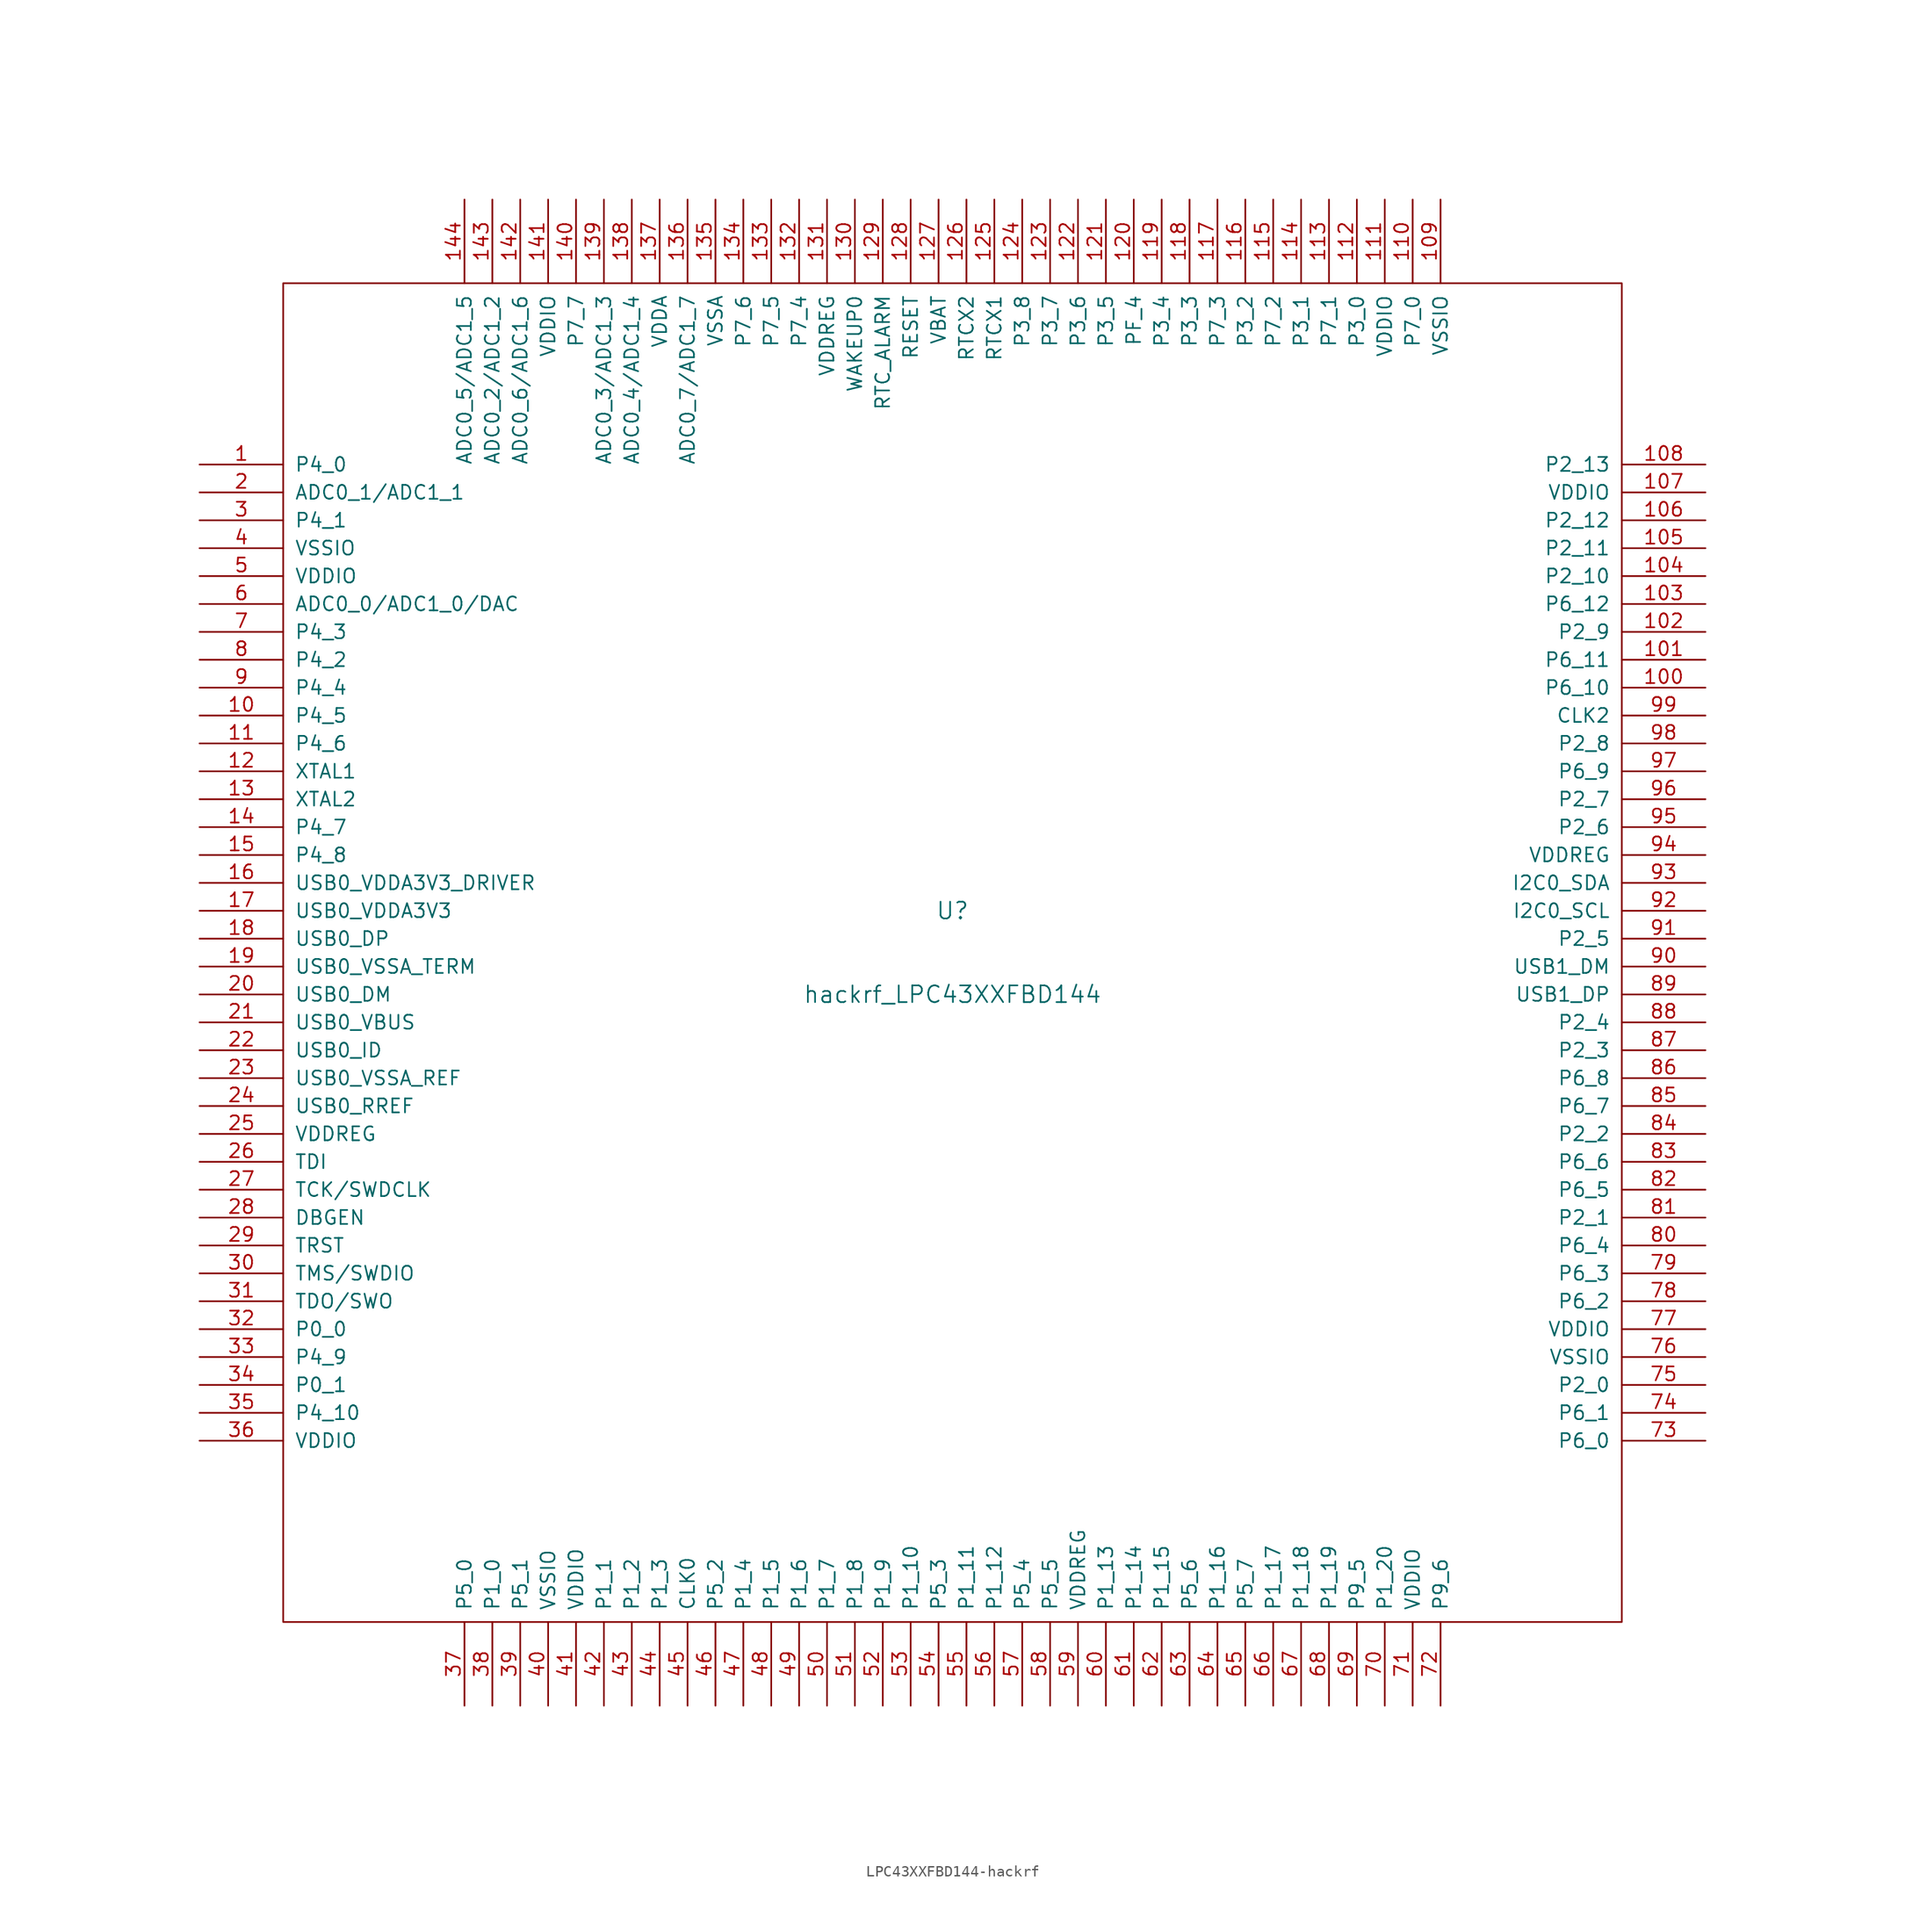
<source format=kicad_sym>
(kicad_symbol_lib
  (version 20231120)
  (generator "kicad_symbol_editor")
  (generator_version "8.0")
  (symbol "LPC43XXFBD144-hackrf"
    (pin_names
      (offset 1.016))
    (property "Reference" "U"
      (at 0 3.81 0)
      (effects (font (size 1.524 1.524))))
    (property "Value" "hackrf_LPC43XXFBD144"
      (at 0 -3.81 0)
      (effects (font (size 1.524 1.524))))
    (property "Footprint" ""
      (at 0 0 0)
      (effects (font (size 1.524 1.524))))
    (property "Datasheet" ""
      (at 0 0 0)
      (effects (font (size 1.524 1.524))))
    (symbol "LPC43XXFBD144-hackrf_0_1"
      (rectangle (start -60.96 60.96) (end 60.96 -60.96) (stroke (width 0) (type solid)) (fill (type none))))
    (symbol "LPC43XXFBD144-hackrf_1_1"
      (pin bidirectional line (at -68.58 44.45 0) (length 7.62) (name "P4_0" (effects (font (size 1.27 1.27)))) (number "1" (effects (font (size 1.27 1.27)))))
      (pin bidirectional line (at -68.58 21.59 0) (length 7.62) (name "P4_5" (effects (font (size 1.27 1.27)))) (number "10" (effects (font (size 1.27 1.27)))))
      (pin bidirectional line (at 68.58 24.13 180) (length 7.62) (name "P6_10" (effects (font (size 1.27 1.27)))) (number "100" (effects (font (size 1.27 1.27)))))
      (pin bidirectional line (at 68.58 26.67 180) (length 7.62) (name "P6_11" (effects (font (size 1.27 1.27)))) (number "101" (effects (font (size 1.27 1.27)))))
      (pin bidirectional line (at 68.58 29.21 180) (length 7.62) (name "P2_9" (effects (font (size 1.27 1.27)))) (number "102" (effects (font (size 1.27 1.27)))))
      (pin bidirectional line (at 68.58 31.75 180) (length 7.62) (name "P6_12" (effects (font (size 1.27 1.27)))) (number "103" (effects (font (size 1.27 1.27)))))
      (pin bidirectional line (at 68.58 34.29 180) (length 7.62) (name "P2_10" (effects (font (size 1.27 1.27)))) (number "104" (effects (font (size 1.27 1.27)))))
      (pin bidirectional line (at 68.58 36.83 180) (length 7.62) (name "P2_11" (effects (font (size 1.27 1.27)))) (number "105" (effects (font (size 1.27 1.27)))))
      (pin bidirectional line (at 68.58 39.37 180) (length 7.62) (name "P2_12" (effects (font (size 1.27 1.27)))) (number "106" (effects (font (size 1.27 1.27)))))
      (pin power_in line (at 68.58 41.91 180) (length 7.62) (name "VDDIO" (effects (font (size 1.27 1.27)))) (number "107" (effects (font (size 1.27 1.27)))))
      (pin bidirectional line (at 68.58 44.45 180) (length 7.62) (name "P2_13" (effects (font (size 1.27 1.27)))) (number "108" (effects (font (size 1.27 1.27)))))
      (pin power_in line (at 44.45 68.58 270) (length 7.62) (name "VSSIO" (effects (font (size 1.27 1.27)))) (number "109" (effects (font (size 1.27 1.27)))))
      (pin bidirectional line (at -68.58 19.05 0) (length 7.62) (name "P4_6" (effects (font (size 1.27 1.27)))) (number "11" (effects (font (size 1.27 1.27)))))
      (pin bidirectional line (at 41.91 68.58 270) (length 7.62) (name "P7_0" (effects (font (size 1.27 1.27)))) (number "110" (effects (font (size 1.27 1.27)))))
      (pin power_in line (at 39.37 68.58 270) (length 7.62) (name "VDDIO" (effects (font (size 1.27 1.27)))) (number "111" (effects (font (size 1.27 1.27)))))
      (pin bidirectional line (at 36.83 68.58 270) (length 7.62) (name "P3_0" (effects (font (size 1.27 1.27)))) (number "112" (effects (font (size 1.27 1.27)))))
      (pin bidirectional line (at 34.29 68.58 270) (length 7.62) (name "P7_1" (effects (font (size 1.27 1.27)))) (number "113" (effects (font (size 1.27 1.27)))))
      (pin bidirectional line (at 31.75 68.58 270) (length 7.62) (name "P3_1" (effects (font (size 1.27 1.27)))) (number "114" (effects (font (size 1.27 1.27)))))
      (pin bidirectional line (at 29.21 68.58 270) (length 7.62) (name "P7_2" (effects (font (size 1.27 1.27)))) (number "115" (effects (font (size 1.27 1.27)))))
      (pin bidirectional line (at 26.67 68.58 270) (length 7.62) (name "P3_2" (effects (font (size 1.27 1.27)))) (number "116" (effects (font (size 1.27 1.27)))))
      (pin bidirectional line (at 24.13 68.58 270) (length 7.62) (name "P7_3" (effects (font (size 1.27 1.27)))) (number "117" (effects (font (size 1.27 1.27)))))
      (pin bidirectional line (at 21.59 68.58 270) (length 7.62) (name "P3_3" (effects (font (size 1.27 1.27)))) (number "118" (effects (font (size 1.27 1.27)))))
      (pin bidirectional line (at 19.05 68.58 270) (length 7.62) (name "P3_4" (effects (font (size 1.27 1.27)))) (number "119" (effects (font (size 1.27 1.27)))))
      (pin input line (at -68.58 16.51 0) (length 7.62) (name "XTAL1" (effects (font (size 1.27 1.27)))) (number "12" (effects (font (size 1.27 1.27)))))
      (pin bidirectional line (at 16.51 68.58 270) (length 7.62) (name "PF_4" (effects (font (size 1.27 1.27)))) (number "120" (effects (font (size 1.27 1.27)))))
      (pin bidirectional line (at 13.97 68.58 270) (length 7.62) (name "P3_5" (effects (font (size 1.27 1.27)))) (number "121" (effects (font (size 1.27 1.27)))))
      (pin bidirectional line (at 11.43 68.58 270) (length 7.62) (name "P3_6" (effects (font (size 1.27 1.27)))) (number "122" (effects (font (size 1.27 1.27)))))
      (pin bidirectional line (at 8.89 68.58 270) (length 7.62) (name "P3_7" (effects (font (size 1.27 1.27)))) (number "123" (effects (font (size 1.27 1.27)))))
      (pin bidirectional line (at 6.35 68.58 270) (length 7.62) (name "P3_8" (effects (font (size 1.27 1.27)))) (number "124" (effects (font (size 1.27 1.27)))))
      (pin input line (at 3.81 68.58 270) (length 7.62) (name "RTCX1" (effects (font (size 1.27 1.27)))) (number "125" (effects (font (size 1.27 1.27)))))
      (pin output line (at 1.27 68.58 270) (length 7.62) (name "RTCX2" (effects (font (size 1.27 1.27)))) (number "126" (effects (font (size 1.27 1.27)))))
      (pin power_in line (at -1.27 68.58 270) (length 7.62) (name "VBAT" (effects (font (size 1.27 1.27)))) (number "127" (effects (font (size 1.27 1.27)))))
      (pin input line (at -3.81 68.58 270) (length 7.62) (name "RESET" (effects (font (size 1.27 1.27)))) (number "128" (effects (font (size 1.27 1.27)))))
      (pin output line (at -6.35 68.58 270) (length 7.62) (name "RTC_ALARM" (effects (font (size 1.27 1.27)))) (number "129" (effects (font (size 1.27 1.27)))))
      (pin output line (at -68.58 13.97 0) (length 7.62) (name "XTAL2" (effects (font (size 1.27 1.27)))) (number "13" (effects (font (size 1.27 1.27)))))
      (pin input line (at -8.89 68.58 270) (length 7.62) (name "WAKEUP0" (effects (font (size 1.27 1.27)))) (number "130" (effects (font (size 1.27 1.27)))))
      (pin power_in line (at -11.43 68.58 270) (length 7.62) (name "VDDREG" (effects (font (size 1.27 1.27)))) (number "131" (effects (font (size 1.27 1.27)))))
      (pin bidirectional line (at -13.97 68.58 270) (length 7.62) (name "P7_4" (effects (font (size 1.27 1.27)))) (number "132" (effects (font (size 1.27 1.27)))))
      (pin bidirectional line (at -16.51 68.58 270) (length 7.62) (name "P7_5" (effects (font (size 1.27 1.27)))) (number "133" (effects (font (size 1.27 1.27)))))
      (pin bidirectional line (at -19.05 68.58 270) (length 7.62) (name "P7_6" (effects (font (size 1.27 1.27)))) (number "134" (effects (font (size 1.27 1.27)))))
      (pin power_in line (at -21.59 68.58 270) (length 7.62) (name "VSSA" (effects (font (size 1.27 1.27)))) (number "135" (effects (font (size 1.27 1.27)))))
      (pin input line (at -24.13 68.58 270) (length 7.62) (name "ADC0_7/ADC1_7" (effects (font (size 1.27 1.27)))) (number "136" (effects (font (size 1.27 1.27)))))
      (pin power_in line (at -26.67 68.58 270) (length 7.62) (name "VDDA" (effects (font (size 1.27 1.27)))) (number "137" (effects (font (size 1.27 1.27)))))
      (pin input line (at -29.21 68.58 270) (length 7.62) (name "ADC0_4/ADC1_4" (effects (font (size 1.27 1.27)))) (number "138" (effects (font (size 1.27 1.27)))))
      (pin input line (at -31.75 68.58 270) (length 7.62) (name "ADC0_3/ADC1_3" (effects (font (size 1.27 1.27)))) (number "139" (effects (font (size 1.27 1.27)))))
      (pin bidirectional line (at -68.58 11.43 0) (length 7.62) (name "P4_7" (effects (font (size 1.27 1.27)))) (number "14" (effects (font (size 1.27 1.27)))))
      (pin bidirectional line (at -34.29 68.58 270) (length 7.62) (name "P7_7" (effects (font (size 1.27 1.27)))) (number "140" (effects (font (size 1.27 1.27)))))
      (pin power_in line (at -36.83 68.58 270) (length 7.62) (name "VDDIO" (effects (font (size 1.27 1.27)))) (number "141" (effects (font (size 1.27 1.27)))))
      (pin input line (at -39.37 68.58 270) (length 7.62) (name "ADC0_6/ADC1_6" (effects (font (size 1.27 1.27)))) (number "142" (effects (font (size 1.27 1.27)))))
      (pin input line (at -41.91 68.58 270) (length 7.62) (name "ADC0_2/ADC1_2" (effects (font (size 1.27 1.27)))) (number "143" (effects (font (size 1.27 1.27)))))
      (pin input line (at -44.45 68.58 270) (length 7.62) (name "ADC0_5/ADC1_5" (effects (font (size 1.27 1.27)))) (number "144" (effects (font (size 1.27 1.27)))))
      (pin bidirectional line (at -68.58 8.89 0) (length 7.62) (name "P4_8" (effects (font (size 1.27 1.27)))) (number "15" (effects (font (size 1.27 1.27)))))
      (pin power_in line (at -68.58 6.35 0) (length 7.62) (name "USB0_VDDA3V3_DRIVER" (effects (font (size 1.27 1.27)))) (number "16" (effects (font (size 1.27 1.27)))))
      (pin power_in line (at -68.58 3.81 0) (length 7.62) (name "USB0_VDDA3V3" (effects (font (size 1.27 1.27)))) (number "17" (effects (font (size 1.27 1.27)))))
      (pin bidirectional line (at -68.58 1.27 0) (length 7.62) (name "USB0_DP" (effects (font (size 1.27 1.27)))) (number "18" (effects (font (size 1.27 1.27)))))
      (pin power_in line (at -68.58 -1.27 0) (length 7.62) (name "USB0_VSSA_TERM" (effects (font (size 1.27 1.27)))) (number "19" (effects (font (size 1.27 1.27)))))
      (pin input line (at -68.58 41.91 0) (length 7.62) (name "ADC0_1/ADC1_1" (effects (font (size 1.27 1.27)))) (number "2" (effects (font (size 1.27 1.27)))))
      (pin bidirectional line (at -68.58 -3.81 0) (length 7.62) (name "USB0_DM" (effects (font (size 1.27 1.27)))) (number "20" (effects (font (size 1.27 1.27)))))
      (pin bidirectional line (at -68.58 -6.35 0) (length 7.62) (name "USB0_VBUS" (effects (font (size 1.27 1.27)))) (number "21" (effects (font (size 1.27 1.27)))))
      (pin input line (at -68.58 -8.89 0) (length 7.62) (name "USB0_ID" (effects (font (size 1.27 1.27)))) (number "22" (effects (font (size 1.27 1.27)))))
      (pin power_in line (at -68.58 -11.43 0) (length 7.62) (name "USB0_VSSA_REF" (effects (font (size 1.27 1.27)))) (number "23" (effects (font (size 1.27 1.27)))))
      (pin bidirectional line (at -68.58 -13.97 0) (length 7.62) (name "USB0_RREF" (effects (font (size 1.27 1.27)))) (number "24" (effects (font (size 1.27 1.27)))))
      (pin power_in line (at -68.58 -16.51 0) (length 7.62) (name "VDDREG" (effects (font (size 1.27 1.27)))) (number "25" (effects (font (size 1.27 1.27)))))
      (pin input line (at -68.58 -19.05 0) (length 7.62) (name "TDI" (effects (font (size 1.27 1.27)))) (number "26" (effects (font (size 1.27 1.27)))))
      (pin input line (at -68.58 -21.59 0) (length 7.62) (name "TCK/SWDCLK" (effects (font (size 1.27 1.27)))) (number "27" (effects (font (size 1.27 1.27)))))
      (pin input line (at -68.58 -24.13 0) (length 7.62) (name "DBGEN" (effects (font (size 1.27 1.27)))) (number "28" (effects (font (size 1.27 1.27)))))
      (pin input line (at -68.58 -26.67 0) (length 7.62) (name "TRST" (effects (font (size 1.27 1.27)))) (number "29" (effects (font (size 1.27 1.27)))))
      (pin bidirectional line (at -68.58 39.37 0) (length 7.62) (name "P4_1" (effects (font (size 1.27 1.27)))) (number "3" (effects (font (size 1.27 1.27)))))
      (pin input line (at -68.58 -29.21 0) (length 7.62) (name "TMS/SWDIO" (effects (font (size 1.27 1.27)))) (number "30" (effects (font (size 1.27 1.27)))))
      (pin output line (at -68.58 -31.75 0) (length 7.62) (name "TDO/SWO" (effects (font (size 1.27 1.27)))) (number "31" (effects (font (size 1.27 1.27)))))
      (pin bidirectional line (at -68.58 -34.29 0) (length 7.62) (name "P0_0" (effects (font (size 1.27 1.27)))) (number "32" (effects (font (size 1.27 1.27)))))
      (pin bidirectional line (at -68.58 -36.83 0) (length 7.62) (name "P4_9" (effects (font (size 1.27 1.27)))) (number "33" (effects (font (size 1.27 1.27)))))
      (pin bidirectional line (at -68.58 -39.37 0) (length 7.62) (name "P0_1" (effects (font (size 1.27 1.27)))) (number "34" (effects (font (size 1.27 1.27)))))
      (pin bidirectional line (at -68.58 -41.91 0) (length 7.62) (name "P4_10" (effects (font (size 1.27 1.27)))) (number "35" (effects (font (size 1.27 1.27)))))
      (pin power_in line (at -68.58 -44.45 0) (length 7.62) (name "VDDIO" (effects (font (size 1.27 1.27)))) (number "36" (effects (font (size 1.27 1.27)))))
      (pin bidirectional line (at -44.45 -68.58 90) (length 7.62) (name "P5_0" (effects (font (size 1.27 1.27)))) (number "37" (effects (font (size 1.27 1.27)))))
      (pin bidirectional line (at -41.91 -68.58 90) (length 7.62) (name "P1_0" (effects (font (size 1.27 1.27)))) (number "38" (effects (font (size 1.27 1.27)))))
      (pin bidirectional line (at -39.37 -68.58 90) (length 7.62) (name "P5_1" (effects (font (size 1.27 1.27)))) (number "39" (effects (font (size 1.27 1.27)))))
      (pin power_in line (at -68.58 36.83 0) (length 7.62) (name "VSSIO" (effects (font (size 1.27 1.27)))) (number "4" (effects (font (size 1.27 1.27)))))
      (pin power_in line (at -36.83 -68.58 90) (length 7.62) (name "VSSIO" (effects (font (size 1.27 1.27)))) (number "40" (effects (font (size 1.27 1.27)))))
      (pin power_in line (at -34.29 -68.58 90) (length 7.62) (name "VDDIO" (effects (font (size 1.27 1.27)))) (number "41" (effects (font (size 1.27 1.27)))))
      (pin bidirectional line (at -31.75 -68.58 90) (length 7.62) (name "P1_1" (effects (font (size 1.27 1.27)))) (number "42" (effects (font (size 1.27 1.27)))))
      (pin bidirectional line (at -29.21 -68.58 90) (length 7.62) (name "P1_2" (effects (font (size 1.27 1.27)))) (number "43" (effects (font (size 1.27 1.27)))))
      (pin bidirectional line (at -26.67 -68.58 90) (length 7.62) (name "P1_3" (effects (font (size 1.27 1.27)))) (number "44" (effects (font (size 1.27 1.27)))))
      (pin bidirectional line (at -24.13 -68.58 90) (length 7.62) (name "CLK0" (effects (font (size 1.27 1.27)))) (number "45" (effects (font (size 1.27 1.27)))))
      (pin bidirectional line (at -21.59 -68.58 90) (length 7.62) (name "P5_2" (effects (font (size 1.27 1.27)))) (number "46" (effects (font (size 1.27 1.27)))))
      (pin bidirectional line (at -19.05 -68.58 90) (length 7.62) (name "P1_4" (effects (font (size 1.27 1.27)))) (number "47" (effects (font (size 1.27 1.27)))))
      (pin bidirectional line (at -16.51 -68.58 90) (length 7.62) (name "P1_5" (effects (font (size 1.27 1.27)))) (number "48" (effects (font (size 1.27 1.27)))))
      (pin bidirectional line (at -13.97 -68.58 90) (length 7.62) (name "P1_6" (effects (font (size 1.27 1.27)))) (number "49" (effects (font (size 1.27 1.27)))))
      (pin power_in line (at -68.58 34.29 0) (length 7.62) (name "VDDIO" (effects (font (size 1.27 1.27)))) (number "5" (effects (font (size 1.27 1.27)))))
      (pin bidirectional line (at -11.43 -68.58 90) (length 7.62) (name "P1_7" (effects (font (size 1.27 1.27)))) (number "50" (effects (font (size 1.27 1.27)))))
      (pin bidirectional line (at -8.89 -68.58 90) (length 7.62) (name "P1_8" (effects (font (size 1.27 1.27)))) (number "51" (effects (font (size 1.27 1.27)))))
      (pin bidirectional line (at -6.35 -68.58 90) (length 7.62) (name "P1_9" (effects (font (size 1.27 1.27)))) (number "52" (effects (font (size 1.27 1.27)))))
      (pin bidirectional line (at -3.81 -68.58 90) (length 7.62) (name "P1_10" (effects (font (size 1.27 1.27)))) (number "53" (effects (font (size 1.27 1.27)))))
      (pin bidirectional line (at -1.27 -68.58 90) (length 7.62) (name "P5_3" (effects (font (size 1.27 1.27)))) (number "54" (effects (font (size 1.27 1.27)))))
      (pin bidirectional line (at 1.27 -68.58 90) (length 7.62) (name "P1_11" (effects (font (size 1.27 1.27)))) (number "55" (effects (font (size 1.27 1.27)))))
      (pin bidirectional line (at 3.81 -68.58 90) (length 7.62) (name "P1_12" (effects (font (size 1.27 1.27)))) (number "56" (effects (font (size 1.27 1.27)))))
      (pin bidirectional line (at 6.35 -68.58 90) (length 7.62) (name "P5_4" (effects (font (size 1.27 1.27)))) (number "57" (effects (font (size 1.27 1.27)))))
      (pin bidirectional line (at 8.89 -68.58 90) (length 7.62) (name "P5_5" (effects (font (size 1.27 1.27)))) (number "58" (effects (font (size 1.27 1.27)))))
      (pin power_in line (at 11.43 -68.58 90) (length 7.62) (name "VDDREG" (effects (font (size 1.27 1.27)))) (number "59" (effects (font (size 1.27 1.27)))))
      (pin bidirectional line (at -68.58 31.75 0) (length 7.62) (name "ADC0_0/ADC1_0/DAC" (effects (font (size 1.27 1.27)))) (number "6" (effects (font (size 1.27 1.27)))))
      (pin bidirectional line (at 13.97 -68.58 90) (length 7.62) (name "P1_13" (effects (font (size 1.27 1.27)))) (number "60" (effects (font (size 1.27 1.27)))))
      (pin bidirectional line (at 16.51 -68.58 90) (length 7.62) (name "P1_14" (effects (font (size 1.27 1.27)))) (number "61" (effects (font (size 1.27 1.27)))))
      (pin bidirectional line (at 19.05 -68.58 90) (length 7.62) (name "P1_15" (effects (font (size 1.27 1.27)))) (number "62" (effects (font (size 1.27 1.27)))))
      (pin bidirectional line (at 21.59 -68.58 90) (length 7.62) (name "P5_6" (effects (font (size 1.27 1.27)))) (number "63" (effects (font (size 1.27 1.27)))))
      (pin bidirectional line (at 24.13 -68.58 90) (length 7.62) (name "P1_16" (effects (font (size 1.27 1.27)))) (number "64" (effects (font (size 1.27 1.27)))))
      (pin bidirectional line (at 26.67 -68.58 90) (length 7.62) (name "P5_7" (effects (font (size 1.27 1.27)))) (number "65" (effects (font (size 1.27 1.27)))))
      (pin bidirectional line (at 29.21 -68.58 90) (length 7.62) (name "P1_17" (effects (font (size 1.27 1.27)))) (number "66" (effects (font (size 1.27 1.27)))))
      (pin bidirectional line (at 31.75 -68.58 90) (length 7.62) (name "P1_18" (effects (font (size 1.27 1.27)))) (number "67" (effects (font (size 1.27 1.27)))))
      (pin bidirectional line (at 34.29 -68.58 90) (length 7.62) (name "P1_19" (effects (font (size 1.27 1.27)))) (number "68" (effects (font (size 1.27 1.27)))))
      (pin bidirectional line (at 36.83 -68.58 90) (length 7.62) (name "P9_5" (effects (font (size 1.27 1.27)))) (number "69" (effects (font (size 1.27 1.27)))))
      (pin bidirectional line (at -68.58 29.21 0) (length 7.62) (name "P4_3" (effects (font (size 1.27 1.27)))) (number "7" (effects (font (size 1.27 1.27)))))
      (pin bidirectional line (at 39.37 -68.58 90) (length 7.62) (name "P1_20" (effects (font (size 1.27 1.27)))) (number "70" (effects (font (size 1.27 1.27)))))
      (pin power_in line (at 41.91 -68.58 90) (length 7.62) (name "VDDIO" (effects (font (size 1.27 1.27)))) (number "71" (effects (font (size 1.27 1.27)))))
      (pin bidirectional line (at 44.45 -68.58 90) (length 7.62) (name "P9_6" (effects (font (size 1.27 1.27)))) (number "72" (effects (font (size 1.27 1.27)))))
      (pin bidirectional line (at 68.58 -44.45 180) (length 7.62) (name "P6_0" (effects (font (size 1.27 1.27)))) (number "73" (effects (font (size 1.27 1.27)))))
      (pin bidirectional line (at 68.58 -41.91 180) (length 7.62) (name "P6_1" (effects (font (size 1.27 1.27)))) (number "74" (effects (font (size 1.27 1.27)))))
      (pin bidirectional line (at 68.58 -39.37 180) (length 7.62) (name "P2_0" (effects (font (size 1.27 1.27)))) (number "75" (effects (font (size 1.27 1.27)))))
      (pin power_in line (at 68.58 -36.83 180) (length 7.62) (name "VSSIO" (effects (font (size 1.27 1.27)))) (number "76" (effects (font (size 1.27 1.27)))))
      (pin power_in line (at 68.58 -34.29 180) (length 7.62) (name "VDDIO" (effects (font (size 1.27 1.27)))) (number "77" (effects (font (size 1.27 1.27)))))
      (pin bidirectional line (at 68.58 -31.75 180) (length 7.62) (name "P6_2" (effects (font (size 1.27 1.27)))) (number "78" (effects (font (size 1.27 1.27)))))
      (pin bidirectional line (at 68.58 -29.21 180) (length 7.62) (name "P6_3" (effects (font (size 1.27 1.27)))) (number "79" (effects (font (size 1.27 1.27)))))
      (pin bidirectional line (at -68.58 26.67 0) (length 7.62) (name "P4_2" (effects (font (size 1.27 1.27)))) (number "8" (effects (font (size 1.27 1.27)))))
      (pin bidirectional line (at 68.58 -26.67 180) (length 7.62) (name "P6_4" (effects (font (size 1.27 1.27)))) (number "80" (effects (font (size 1.27 1.27)))))
      (pin bidirectional line (at 68.58 -24.13 180) (length 7.62) (name "P2_1" (effects (font (size 1.27 1.27)))) (number "81" (effects (font (size 1.27 1.27)))))
      (pin bidirectional line (at 68.58 -21.59 180) (length 7.62) (name "P6_5" (effects (font (size 1.27 1.27)))) (number "82" (effects (font (size 1.27 1.27)))))
      (pin bidirectional line (at 68.58 -19.05 180) (length 7.62) (name "P6_6" (effects (font (size 1.27 1.27)))) (number "83" (effects (font (size 1.27 1.27)))))
      (pin bidirectional line (at 68.58 -16.51 180) (length 7.62) (name "P2_2" (effects (font (size 1.27 1.27)))) (number "84" (effects (font (size 1.27 1.27)))))
      (pin bidirectional line (at 68.58 -13.97 180) (length 7.62) (name "P6_7" (effects (font (size 1.27 1.27)))) (number "85" (effects (font (size 1.27 1.27)))))
      (pin bidirectional line (at 68.58 -11.43 180) (length 7.62) (name "P6_8" (effects (font (size 1.27 1.27)))) (number "86" (effects (font (size 1.27 1.27)))))
      (pin bidirectional line (at 68.58 -8.89 180) (length 7.62) (name "P2_3" (effects (font (size 1.27 1.27)))) (number "87" (effects (font (size 1.27 1.27)))))
      (pin bidirectional line (at 68.58 -6.35 180) (length 7.62) (name "P2_4" (effects (font (size 1.27 1.27)))) (number "88" (effects (font (size 1.27 1.27)))))
      (pin bidirectional line (at 68.58 -3.81 180) (length 7.62) (name "USB1_DP" (effects (font (size 1.27 1.27)))) (number "89" (effects (font (size 1.27 1.27)))))
      (pin bidirectional line (at -68.58 24.13 0) (length 7.62) (name "P4_4" (effects (font (size 1.27 1.27)))) (number "9" (effects (font (size 1.27 1.27)))))
      (pin bidirectional line (at 68.58 -1.27 180) (length 7.62) (name "USB1_DM" (effects (font (size 1.27 1.27)))) (number "90" (effects (font (size 1.27 1.27)))))
      (pin bidirectional line (at 68.58 1.27 180) (length 7.62) (name "P2_5" (effects (font (size 1.27 1.27)))) (number "91" (effects (font (size 1.27 1.27)))))
      (pin bidirectional line (at 68.58 3.81 180) (length 7.62) (name "I2C0_SCL" (effects (font (size 1.27 1.27)))) (number "92" (effects (font (size 1.27 1.27)))))
      (pin bidirectional line (at 68.58 6.35 180) (length 7.62) (name "I2C0_SDA" (effects (font (size 1.27 1.27)))) (number "93" (effects (font (size 1.27 1.27)))))
      (pin power_in line (at 68.58 8.89 180) (length 7.62) (name "VDDREG" (effects (font (size 1.27 1.27)))) (number "94" (effects (font (size 1.27 1.27)))))
      (pin bidirectional line (at 68.58 11.43 180) (length 7.62) (name "P2_6" (effects (font (size 1.27 1.27)))) (number "95" (effects (font (size 1.27 1.27)))))
      (pin bidirectional line (at 68.58 13.97 180) (length 7.62) (name "P2_7" (effects (font (size 1.27 1.27)))) (number "96" (effects (font (size 1.27 1.27)))))
      (pin bidirectional line (at 68.58 16.51 180) (length 7.62) (name "P6_9" (effects (font (size 1.27 1.27)))) (number "97" (effects (font (size 1.27 1.27)))))
      (pin bidirectional line (at 68.58 19.05 180) (length 7.62) (name "P2_8" (effects (font (size 1.27 1.27)))) (number "98" (effects (font (size 1.27 1.27)))))
      (pin bidirectional line (at 68.58 21.59 180) (length 7.62) (name "CLK2" (effects (font (size 1.27 1.27)))) (number "99" (effects (font (size 1.27 1.27))))))))
</source>
